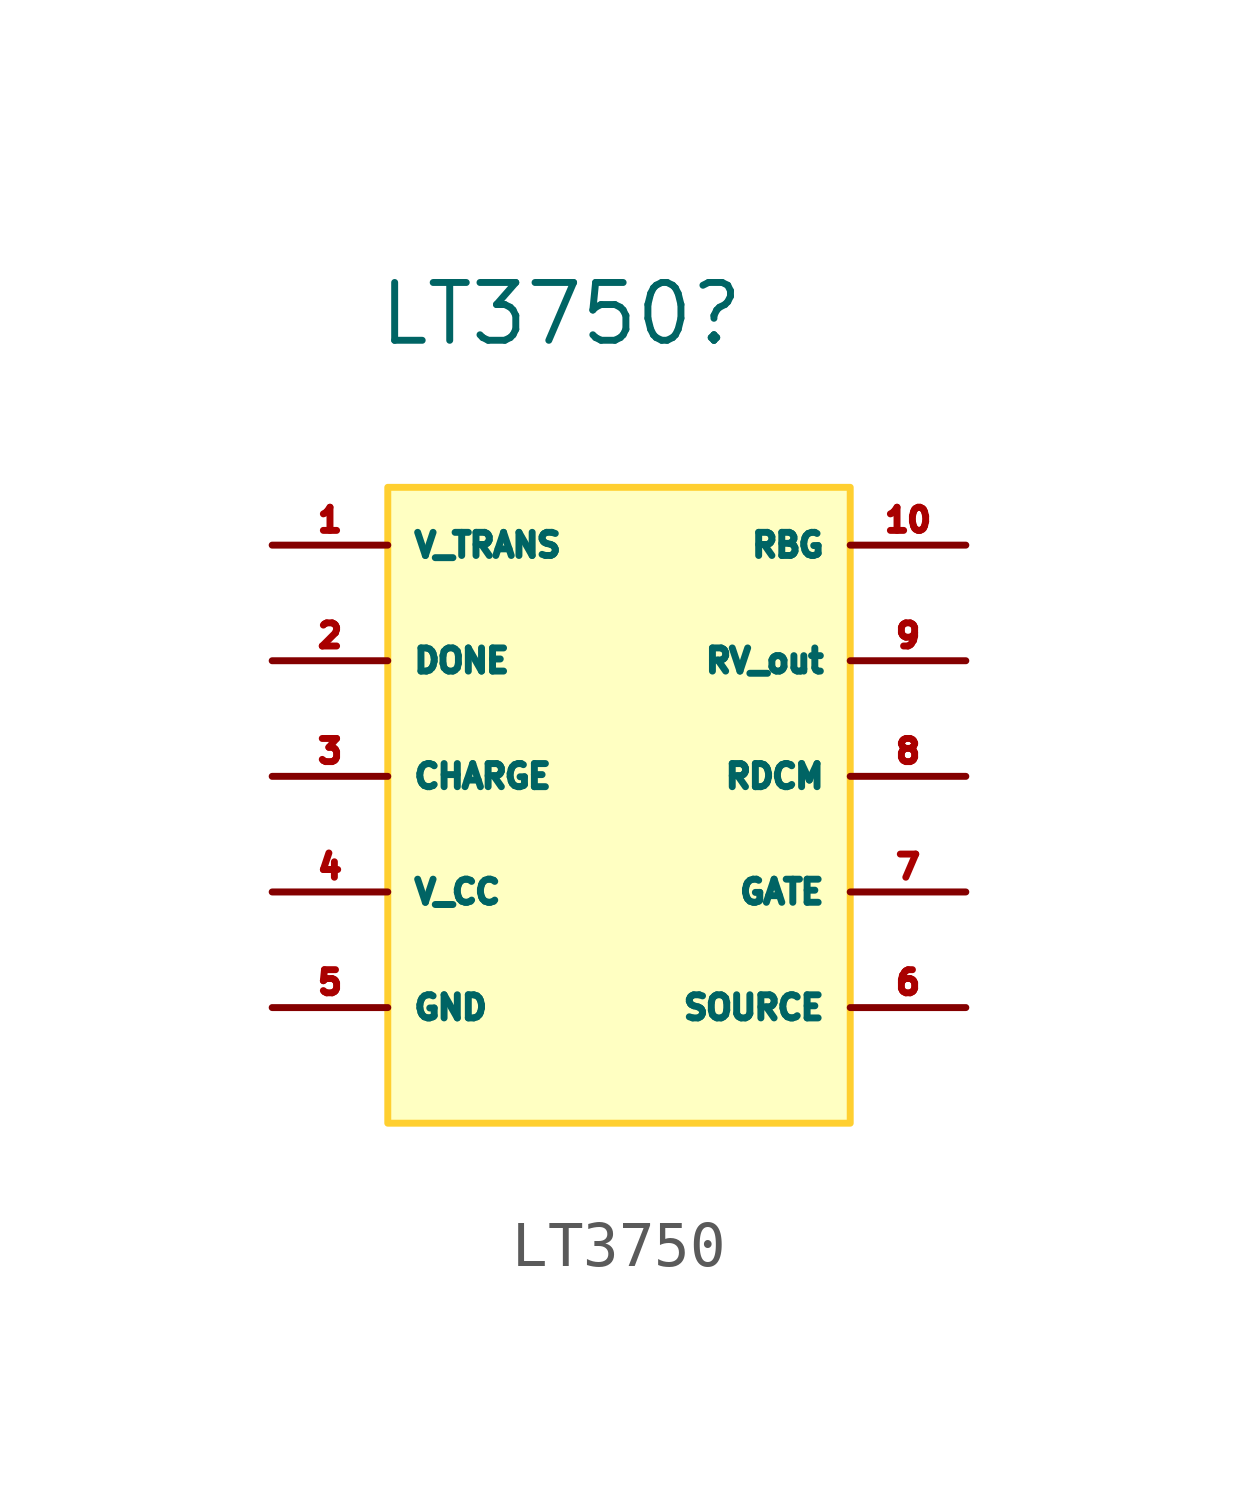
<source format=kicad_sym>
(kicad_symbol_lib
  (version 20231120)
  (generator "kicad_symbol_editor")
  (generator_version "8.0")
  (symbol "LT3750"
    (property "Reference" "LT3750"
      (at 0 0 0)
      (effects (font (size 1.27 1.27))))
    (property "Value" ""
      (at 0 0 0)
      (effects (font (size 1.27 1.27))))
    (property "ki_locked" ""
      (at 0 0 0)
      (effects (font (size 1.27 1.27))))
    (symbol "LT3750_1_1"
      (rectangle (start -3.81 -3.81) (end 6.35 -17.78) (stroke (width 0) (type default) (color 255 207 48 1)) (fill (type background)))
      (pin input line (at -6.35 -5.08 0) (length 2.54) (name "V_TRANS" (effects (font (size 0.508 0.508)))) (number "1" (effects (font (size 0.508 0.508)))))
      (pin input line (at 8.89 -5.08 180) (length 2.54) (name "RBG" (effects (font (size 0.508 0.508)))) (number "10" (effects (font (size 0.508 0.508)))))
      (pin output line (at -6.35 -7.62 0) (length 2.54) (name "DONE" (effects (font (size 0.508 0.508)))) (number "2" (effects (font (size 0.508 0.508)))))
      (pin input line (at -6.35 -10.16 0) (length 2.54) (name "CHARGE" (effects (font (size 0.508 0.508)))) (number "3" (effects (font (size 0.508 0.508)))))
      (pin input line (at -6.35 -12.7 0) (length 2.54) (name "V_CC" (effects (font (size 0.508 0.508)))) (number "4" (effects (font (size 0.508 0.508)))))
      (pin input line (at -6.35 -15.24 0) (length 2.54) (name "GND" (effects (font (size 0.508 0.508)))) (number "5" (effects (font (size 0.508 0.508)))))
      (pin input line (at 8.89 -15.24 180) (length 2.54) (name "SOURCE" (effects (font (size 0.508 0.508)))) (number "6" (effects (font (size 0.508 0.508)))))
      (pin output line (at 8.89 -12.7 180) (length 2.54) (name "GATE" (effects (font (size 0.508 0.508)))) (number "7" (effects (font (size 0.508 0.508)))))
      (pin input line (at 8.89 -10.16 180) (length 2.54) (name "RDCM" (effects (font (size 0.508 0.508)))) (number "8" (effects (font (size 0.508 0.508)))))
      (pin output line (at 8.89 -7.62 180) (length 2.54) (name "RV_out" (effects (font (size 0.508 0.508)))) (number "9" (effects (font (size 0.508 0.508))))))))
</source>
